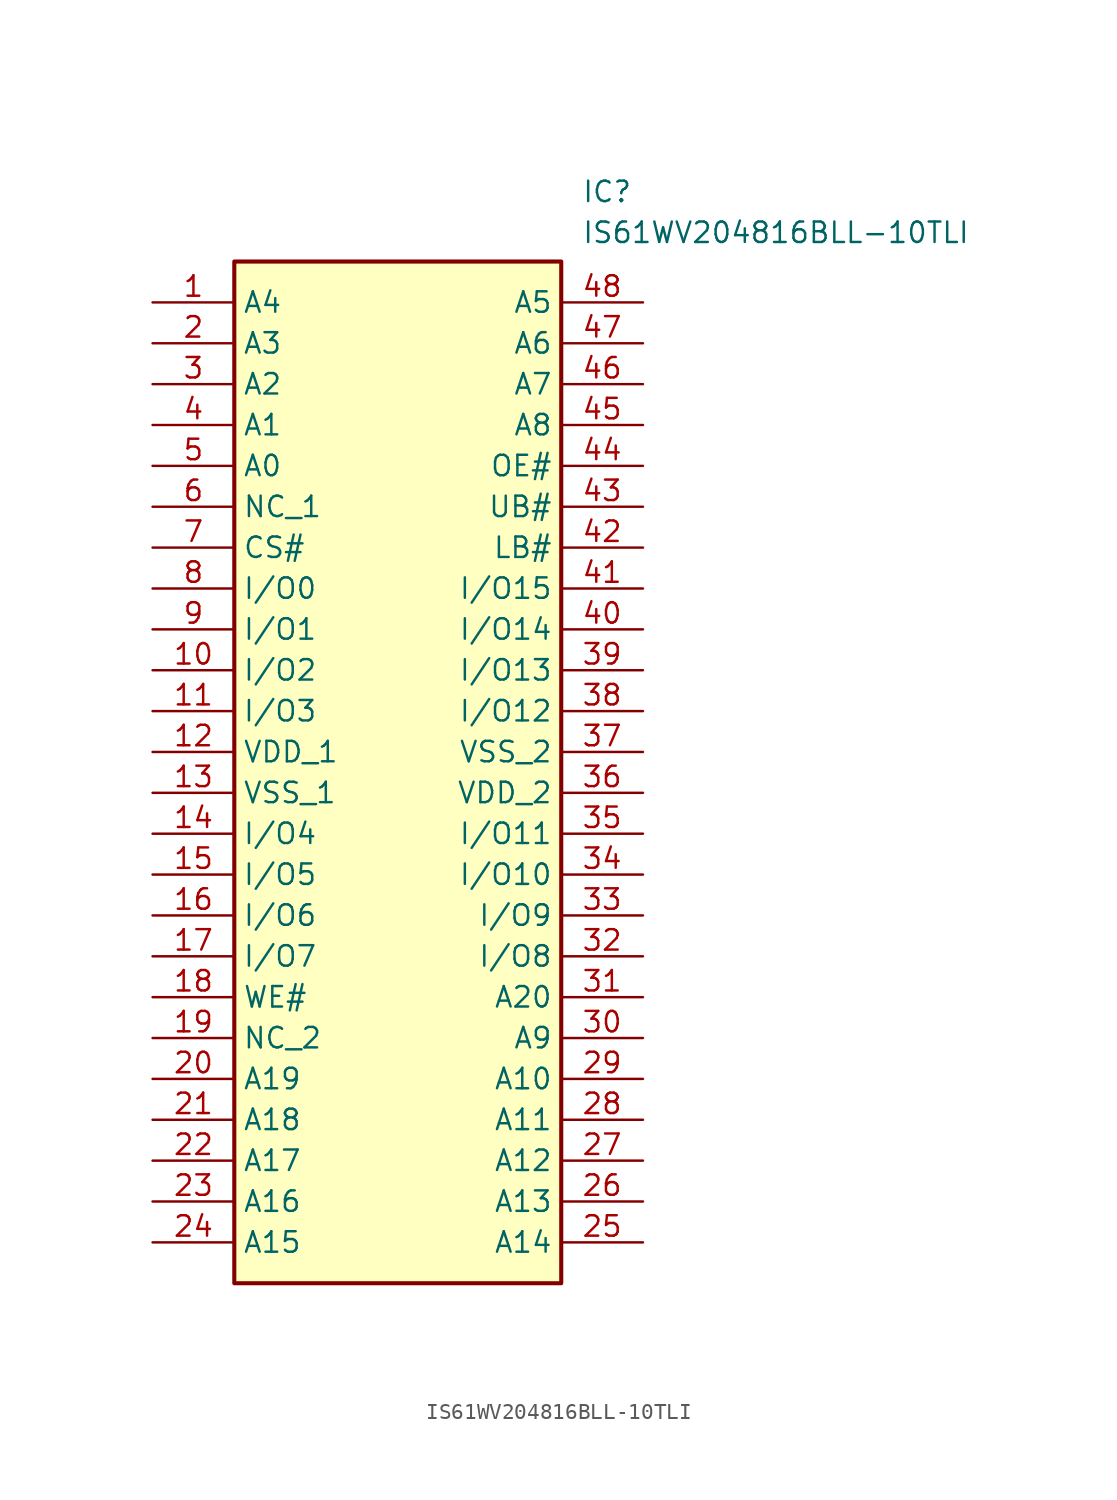
<source format=kicad_sym>
(kicad_symbol_lib
  (version 20211014)
  (generator SamacSys_ECAD_Model)
  (symbol "IS61WV204816BLL-10TLI"
    (property "Reference" "IC"
      (at 26.67 7.62 0)
      (effects (font (size 1.27 1.27)) (justify left top)))
    (property "Value" "IS61WV204816BLL-10TLI"
      (at 26.67 5.08 0)
      (effects (font (size 1.27 1.27)) (justify left top)))
    (rectangle
      (start 5.08 2.54)
      (end 25.4 -60.96)
      (stroke (width 0.254) (type default))
      (fill (type background)))
    (pin passive line
      (at 0 0 0)
      (length 5.08)
      (name "A4" (effects (font (size 1.27 1.27))))
      (number "1" (effects (font (size 1.27 1.27)))))
    (pin passive line
      (at 0 -2.54 0)
      (length 5.08)
      (name "A3" (effects (font (size 1.27 1.27))))
      (number "2" (effects (font (size 1.27 1.27)))))
    (pin passive line
      (at 0 -5.08 0)
      (length 5.08)
      (name "A2" (effects (font (size 1.27 1.27))))
      (number "3" (effects (font (size 1.27 1.27)))))
    (pin passive line
      (at 0 -7.62 0)
      (length 5.08)
      (name "A1" (effects (font (size 1.27 1.27))))
      (number "4" (effects (font (size 1.27 1.27)))))
    (pin passive line
      (at 0 -10.16 0)
      (length 5.08)
      (name "A0" (effects (font (size 1.27 1.27))))
      (number "5" (effects (font (size 1.27 1.27)))))
    (pin passive line
      (at 0 -12.7 0)
      (length 5.08)
      (name "NC_1" (effects (font (size 1.27 1.27))))
      (number "6" (effects (font (size 1.27 1.27)))))
    (pin passive line
      (at 0 -15.24 0)
      (length 5.08)
      (name "CS#" (effects (font (size 1.27 1.27))))
      (number "7" (effects (font (size 1.27 1.27)))))
    (pin passive line
      (at 0 -17.78 0)
      (length 5.08)
      (name "I/O0" (effects (font (size 1.27 1.27))))
      (number "8" (effects (font (size 1.27 1.27)))))
    (pin passive line
      (at 0 -20.32 0)
      (length 5.08)
      (name "I/O1" (effects (font (size 1.27 1.27))))
      (number "9" (effects (font (size 1.27 1.27)))))
    (pin passive line
      (at 0 -22.86 0)
      (length 5.08)
      (name "I/O2" (effects (font (size 1.27 1.27))))
      (number "10" (effects (font (size 1.27 1.27)))))
    (pin passive line
      (at 0 -25.4 0)
      (length 5.08)
      (name "I/O3" (effects (font (size 1.27 1.27))))
      (number "11" (effects (font (size 1.27 1.27)))))
    (pin passive line
      (at 0 -27.94 0)
      (length 5.08)
      (name "VDD_1" (effects (font (size 1.27 1.27))))
      (number "12" (effects (font (size 1.27 1.27)))))
    (pin passive line
      (at 0 -30.48 0)
      (length 5.08)
      (name "VSS_1" (effects (font (size 1.27 1.27))))
      (number "13" (effects (font (size 1.27 1.27)))))
    (pin passive line
      (at 0 -33.02 0)
      (length 5.08)
      (name "I/O4" (effects (font (size 1.27 1.27))))
      (number "14" (effects (font (size 1.27 1.27)))))
    (pin passive line
      (at 0 -35.56 0)
      (length 5.08)
      (name "I/O5" (effects (font (size 1.27 1.27))))
      (number "15" (effects (font (size 1.27 1.27)))))
    (pin passive line
      (at 0 -38.1 0)
      (length 5.08)
      (name "I/O6" (effects (font (size 1.27 1.27))))
      (number "16" (effects (font (size 1.27 1.27)))))
    (pin passive line
      (at 0 -40.64 0)
      (length 5.08)
      (name "I/O7" (effects (font (size 1.27 1.27))))
      (number "17" (effects (font (size 1.27 1.27)))))
    (pin passive line
      (at 0 -43.18 0)
      (length 5.08)
      (name "WE#" (effects (font (size 1.27 1.27))))
      (number "18" (effects (font (size 1.27 1.27)))))
    (pin passive line
      (at 0 -45.72 0)
      (length 5.08)
      (name "NC_2" (effects (font (size 1.27 1.27))))
      (number "19" (effects (font (size 1.27 1.27)))))
    (pin passive line
      (at 0 -48.26 0)
      (length 5.08)
      (name "A19" (effects (font (size 1.27 1.27))))
      (number "20" (effects (font (size 1.27 1.27)))))
    (pin passive line
      (at 0 -50.8 0)
      (length 5.08)
      (name "A18" (effects (font (size 1.27 1.27))))
      (number "21" (effects (font (size 1.27 1.27)))))
    (pin passive line
      (at 0 -53.34 0)
      (length 5.08)
      (name "A17" (effects (font (size 1.27 1.27))))
      (number "22" (effects (font (size 1.27 1.27)))))
    (pin passive line
      (at 0 -55.88 0)
      (length 5.08)
      (name "A16" (effects (font (size 1.27 1.27))))
      (number "23" (effects (font (size 1.27 1.27)))))
    (pin passive line
      (at 0 -58.42 0)
      (length 5.08)
      (name "A15" (effects (font (size 1.27 1.27))))
      (number "24" (effects (font (size 1.27 1.27)))))
    (pin passive line
      (at 30.48 0 180)
      (length 5.08)
      (name "A5" (effects (font (size 1.27 1.27))))
      (number "48" (effects (font (size 1.27 1.27)))))
    (pin passive line
      (at 30.48 -2.54 180)
      (length 5.08)
      (name "A6" (effects (font (size 1.27 1.27))))
      (number "47" (effects (font (size 1.27 1.27)))))
    (pin passive line
      (at 30.48 -5.08 180)
      (length 5.08)
      (name "A7" (effects (font (size 1.27 1.27))))
      (number "46" (effects (font (size 1.27 1.27)))))
    (pin passive line
      (at 30.48 -7.62 180)
      (length 5.08)
      (name "A8" (effects (font (size 1.27 1.27))))
      (number "45" (effects (font (size 1.27 1.27)))))
    (pin passive line
      (at 30.48 -10.16 180)
      (length 5.08)
      (name "OE#" (effects (font (size 1.27 1.27))))
      (number "44" (effects (font (size 1.27 1.27)))))
    (pin passive line
      (at 30.48 -12.7 180)
      (length 5.08)
      (name "UB#" (effects (font (size 1.27 1.27))))
      (number "43" (effects (font (size 1.27 1.27)))))
    (pin passive line
      (at 30.48 -15.24 180)
      (length 5.08)
      (name "LB#" (effects (font (size 1.27 1.27))))
      (number "42" (effects (font (size 1.27 1.27)))))
    (pin passive line
      (at 30.48 -17.78 180)
      (length 5.08)
      (name "I/O15" (effects (font (size 1.27 1.27))))
      (number "41" (effects (font (size 1.27 1.27)))))
    (pin passive line
      (at 30.48 -20.32 180)
      (length 5.08)
      (name "I/O14" (effects (font (size 1.27 1.27))))
      (number "40" (effects (font (size 1.27 1.27)))))
    (pin passive line
      (at 30.48 -22.86 180)
      (length 5.08)
      (name "I/O13" (effects (font (size 1.27 1.27))))
      (number "39" (effects (font (size 1.27 1.27)))))
    (pin passive line
      (at 30.48 -25.4 180)
      (length 5.08)
      (name "I/O12" (effects (font (size 1.27 1.27))))
      (number "38" (effects (font (size 1.27 1.27)))))
    (pin passive line
      (at 30.48 -27.94 180)
      (length 5.08)
      (name "VSS_2" (effects (font (size 1.27 1.27))))
      (number "37" (effects (font (size 1.27 1.27)))))
    (pin passive line
      (at 30.48 -30.48 180)
      (length 5.08)
      (name "VDD_2" (effects (font (size 1.27 1.27))))
      (number "36" (effects (font (size 1.27 1.27)))))
    (pin passive line
      (at 30.48 -33.02 180)
      (length 5.08)
      (name "I/O11" (effects (font (size 1.27 1.27))))
      (number "35" (effects (font (size 1.27 1.27)))))
    (pin passive line
      (at 30.48 -35.56 180)
      (length 5.08)
      (name "I/O10" (effects (font (size 1.27 1.27))))
      (number "34" (effects (font (size 1.27 1.27)))))
    (pin passive line
      (at 30.48 -38.1 180)
      (length 5.08)
      (name "I/O9" (effects (font (size 1.27 1.27))))
      (number "33" (effects (font (size 1.27 1.27)))))
    (pin passive line
      (at 30.48 -40.64 180)
      (length 5.08)
      (name "I/O8" (effects (font (size 1.27 1.27))))
      (number "32" (effects (font (size 1.27 1.27)))))
    (pin passive line
      (at 30.48 -43.18 180)
      (length 5.08)
      (name "A20" (effects (font (size 1.27 1.27))))
      (number "31" (effects (font (size 1.27 1.27)))))
    (pin passive line
      (at 30.48 -45.72 180)
      (length 5.08)
      (name "A9" (effects (font (size 1.27 1.27))))
      (number "30" (effects (font (size 1.27 1.27)))))
    (pin passive line
      (at 30.48 -48.26 180)
      (length 5.08)
      (name "A10" (effects (font (size 1.27 1.27))))
      (number "29" (effects (font (size 1.27 1.27)))))
    (pin passive line
      (at 30.48 -50.8 180)
      (length 5.08)
      (name "A11" (effects (font (size 1.27 1.27))))
      (number "28" (effects (font (size 1.27 1.27)))))
    (pin passive line
      (at 30.48 -53.34 180)
      (length 5.08)
      (name "A12" (effects (font (size 1.27 1.27))))
      (number "27" (effects (font (size 1.27 1.27)))))
    (pin passive line
      (at 30.48 -55.88 180)
      (length 5.08)
      (name "A13" (effects (font (size 1.27 1.27))))
      (number "26" (effects (font (size 1.27 1.27)))))
    (pin passive line
      (at 30.48 -58.42 180)
      (length 5.08)
      (name "A14" (effects (font (size 1.27 1.27))))
      (number "25" (effects (font (size 1.27 1.27)))))))
</source>
